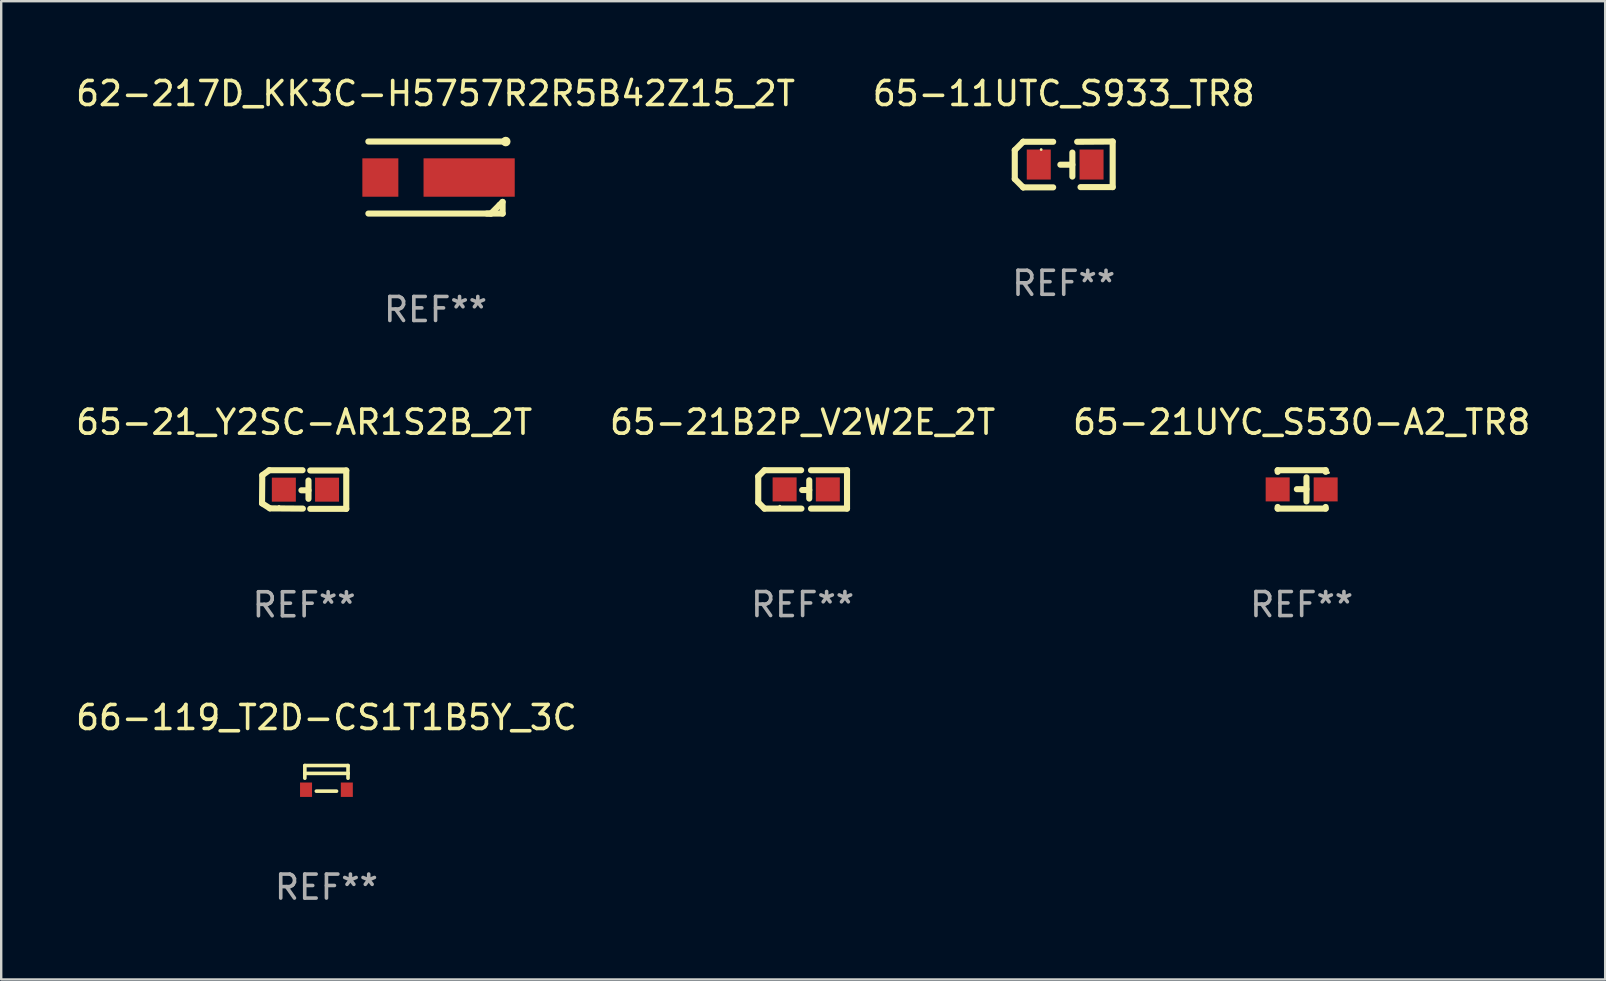
<source format=kicad_pcb>
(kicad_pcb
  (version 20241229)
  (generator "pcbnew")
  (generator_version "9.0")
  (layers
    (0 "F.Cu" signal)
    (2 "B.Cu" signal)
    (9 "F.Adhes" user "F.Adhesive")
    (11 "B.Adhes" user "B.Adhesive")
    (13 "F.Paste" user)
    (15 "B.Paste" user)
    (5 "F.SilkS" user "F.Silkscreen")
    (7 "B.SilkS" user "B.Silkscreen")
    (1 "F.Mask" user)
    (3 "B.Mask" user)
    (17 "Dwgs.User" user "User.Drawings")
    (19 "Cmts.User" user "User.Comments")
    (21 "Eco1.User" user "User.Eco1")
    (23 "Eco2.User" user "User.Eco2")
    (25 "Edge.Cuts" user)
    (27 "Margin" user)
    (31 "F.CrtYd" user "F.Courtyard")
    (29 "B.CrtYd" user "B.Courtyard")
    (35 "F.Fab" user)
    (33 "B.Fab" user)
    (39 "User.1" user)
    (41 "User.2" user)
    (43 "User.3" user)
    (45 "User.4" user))
  (footprint "62-217D_KK3C-H5757R2R5B42Z15_2T"
    (layer "F.Cu")
    (at 15.101 4.349)
    (property "Reference" "62-217D_KK3C-H5757R2R5B42Z15_2T" (at 0 -3.501 0) (layer "F.SilkS") (effects (font (size 1 1) (thickness 0.15))))
    (attr through_hole)
    (fp_line (start -2.8 -1.501) (end 2.8 -1.501) (stroke (width 0.254) (type solid)) (layer "F.SilkS"))
    (fp_line (start -2.799 1.501) (end 2.799 1.501) (stroke (width 0.254) (type solid)) (layer "F.SilkS"))
    (fp_line (start 2.14 1.501) (end 2.309 1.501) (stroke (width 0.254) (type solid)) (layer "F.SilkS"))
    (fp_line (start 2.309 1.501) (end 2.667 1.142) (stroke (width 0.254) (type solid)) (layer "F.SilkS"))
    (fp_line (start 2.667 1.142) (end 2.794 1.015) (stroke (width 0.254) (type solid)) (layer "F.SilkS"))
    (fp_line (start 2.794 1.015) (end 2.794 1.501) (stroke (width 0.254) (type solid)) (layer "F.SilkS"))
    (fp_circle (center 2.925 -1.5) (end 3.025 -1.5) (stroke (width 0.2) (type solid)) (fill no) (layer "F.SilkS"))
    (fp_text user "REF**" (at 0 5.501 0) (layer "F.Fab") (effects (font (size 1 1) (thickness 0.15))))
    (pad "1" smd rect (at 1.4 -0.000457 90) (size 1.6 3.8) (layers "F.Cu" "F.Mask" "F.Paste"))
    (pad "2" smd rect (at -2.3 -0.000457 90) (size 1.6 1.5) (layers "F.Cu" "F.Mask" "F.Paste")))
  (footprint "65-21B2P_V2W2E_2T"
    (layer "F.Cu")
    (at 30.399 17.346)
    (property "Reference" "65-21B2P_V2W2E_2T" (at 0 -2.8 0) (layer "F.SilkS") (effects (font (size 1 1) (thickness 0.15))))
    (attr through_hole)
    (fp_line (start -1.85 -0.541) (end -1.85 0.541) (stroke (width 0.254) (type solid)) (layer "F.SilkS"))
    (fp_line (start -1.85 0.541) (end -1.591 0.8) (stroke (width 0.254) (type solid)) (layer "F.SilkS"))
    (fp_line (start -1.591 -0.8) (end -1.85 -0.541) (stroke (width 0.254) (type solid)) (layer "F.SilkS"))
    (fp_line (start -1.591 0.8) (end -0.05 0.8) (stroke (width 0.254) (type solid)) (layer "F.SilkS"))
    (fp_line (start -0.062 -0.8) (end -1.591 -0.8) (stroke (width 0.254) (type solid)) (layer "F.SilkS"))
    (fp_line (start 0.276 -0.381) (end 0.276 0.381) (stroke (width 0.254) (type solid)) (layer "F.SilkS"))
    (fp_line (start 0.276 0.026) (end -0.019 0.026) (stroke (width 0.254) (type solid)) (layer "F.SilkS"))
    (fp_line (start 0.349 -0.8) (end 1.85 -0.8) (stroke (width 0.254) (type solid)) (layer "F.SilkS"))
    (fp_line (start 1.85 -0.8) (end 1.85 0.8) (stroke (width 0.254) (type solid)) (layer "F.SilkS"))
    (fp_line (start 1.85 0.8) (end 0.349 0.8) (stroke (width 0.254) (type solid)) (layer "F.SilkS"))
    (fp_circle (center -0.951 0.7) (end -0.921 0.7) (stroke (width 0.06) (type solid)) (fill no) (layer "F.SilkS"))
    (fp_text user "REF**" (at 0 4.8 0) (layer "F.Fab") (effects (font (size 1 1) (thickness 0.15))))
    (pad "1" smd rect (at -0.751 0) (size 1 1) (layers "F.Cu" "F.Mask" "F.Paste"))
    (pad "2" smd rect (at 1.05 0) (size 1 1) (layers "F.Cu" "F.Mask" "F.Paste")))
  (footprint "66-119_T2D-CS1T1B5Y_3C"
    (layer "F.Cu")
    (at 10.554 29.387)
    (property "Reference" "66-119_T2D-CS1T1B5Y_3C" (at 0 -2.534 0) (layer "F.SilkS") (effects (font (size 1 1) (thickness 0.15))))
    (attr through_hole)
    (fp_line (start -0.9 -0.534) (end -0.9 -0.206) (stroke (width 0.15) (type solid)) (layer "F.SilkS"))
    (fp_line (start -0.9 -0.206) (end -0.9 -0.005) (stroke (width 0.15) (type solid)) (layer "F.SilkS"))
    (fp_line (start -0.421 0.534) (end 0.421 0.534) (stroke (width 0.15) (type solid)) (layer "F.SilkS"))
    (fp_line (start 0.9 -0.534) (end -0.9 -0.534) (stroke (width 0.15) (type solid)) (layer "F.SilkS"))
    (fp_line (start 0.9 -0.534) (end 0.9 -0.206) (stroke (width 0.15) (type solid)) (layer "F.SilkS"))
    (fp_line (start 0.9 -0.206) (end -0.9 -0.206) (stroke (width 0.15) (type solid)) (layer "F.SilkS"))
    (fp_line (start 0.9 -0.206) (end 0.9 -0.005) (stroke (width 0.15) (type solid)) (layer "F.SilkS"))
    (fp_circle (center 0.9 -0.476) (end 0.93 -0.476) (stroke (width 0.06) (type solid)) (fill no) (layer "F.SilkS"))
    (fp_text user "REF**" (at 0 4.534 0) (layer "F.Fab") (effects (font (size 1 1) (thickness 0.15))))
    (pad "1" smd rect (at 0.85 0.474) (size 0.5 0.6) (layers "F.Cu" "F.Mask" "F.Paste"))
    (pad "2" smd rect (at -0.85 0.474) (size 0.5 0.6) (layers "F.Cu" "F.Mask" "F.Paste")))
  (footprint "65-11UTC_S933_TR8"
    (layer "F.Cu")
    (at 41.28 3.803)
    (property "Reference" "65-11UTC_S933_TR8" (at 0 -2.955 0) (layer "F.SilkS") (effects (font (size 1 1) (thickness 0.15))))
    (attr through_hole)
    (fp_line (start -2.04 -0.595) (end -2.04 0.605) (stroke (width 0.254) (type solid)) (layer "F.SilkS"))
    (fp_line (start -1.69 -0.945) (end -1.69 -0.945) (stroke (width 0.254) (type solid)) (layer "F.SilkS"))
    (fp_line (start -1.69 -0.945) (end -2.04 -0.595) (stroke (width 0.254) (type solid)) (layer "F.SilkS"))
    (fp_line (start -1.69 0.955) (end -2.04 0.605) (stroke (width 0.254) (type solid)) (layer "F.SilkS"))
    (fp_line (start -1.69 0.955) (end -1.69 0.955) (stroke (width 0.254) (type solid)) (layer "F.SilkS"))
    (fp_line (start -0.44 -0.945) (end -1.69 -0.945) (stroke (width 0.254) (type solid)) (layer "F.SilkS"))
    (fp_line (start -0.44 0.955) (end -1.69 0.955) (stroke (width 0.254) (type solid)) (layer "F.SilkS"))
    (fp_line (start 0.36 -0.495) (end 0.36 0.505) (stroke (width 0.254) (type solid)) (layer "F.SilkS"))
    (fp_line (start 0.36 0.01) (end -0.14 0.01) (stroke (width 0.254) (type solid)) (layer "F.SilkS"))
    (fp_line (start 0.56 -0.945) (end 2.04 -0.955) (stroke (width 0.254) (type solid)) (layer "F.SilkS"))
    (fp_line (start 0.7 0.945) (end 2.04 0.945) (stroke (width 0.254) (type solid)) (layer "F.SilkS"))
    (fp_line (start 2.04 -0.955) (end 2.04 0.945) (stroke (width 0.254) (type solid)) (layer "F.SilkS"))
    (fp_circle (center -0.94 -0.62) (end -0.91 -0.62) (stroke (width 0.06) (type solid)) (fill no) (layer "F.SilkS"))
    (fp_text user "REF**" (at 0 4.955 0) (layer "F.Fab") (effects (font (size 1 1) (thickness 0.15))))
    (pad "1" smd rect (at -1.04 0.005 180) (size 1 1.25) (layers "F.Cu" "F.Mask" "F.Paste"))
    (pad "2" smd rect (at 1.16 0.005 180) (size 1 1.25) (layers "F.Cu" "F.Mask" "F.Paste")))
  (footprint "65-21_Y2SC-AR1S2B_2T"
    (layer "F.Cu")
    (at 9.625 17.351)
    (property "Reference" "65-21_Y2SC-AR1S2B_2T" (at 0 -2.805 0) (layer "F.SilkS") (effects (font (size 1 1) (thickness 0.15))))
    (attr through_hole)
    (fp_line (start -1.755 0.575) (end -1.425 0.785) (stroke (width 0.254) (type solid)) (layer "F.SilkS"))
    (fp_line (start -1.745 -0.595) (end -1.755 0.575) (stroke (width 0.254) (type solid)) (layer "F.SilkS"))
    (fp_line (start -1.455 -0.805) (end -1.745 -0.595) (stroke (width 0.254) (type solid)) (layer "F.SilkS"))
    (fp_line (start -1.425 0.785) (end -0.053 0.795) (stroke (width 0.254) (type solid)) (layer "F.SilkS"))
    (fp_line (start -0.066 -0.805) (end -1.455 -0.805) (stroke (width 0.254) (type solid)) (layer "F.SilkS"))
    (fp_line (start 0.181 -0.376) (end 0.181 0.386) (stroke (width 0.254) (type solid)) (layer "F.SilkS"))
    (fp_line (start 0.181 0.032) (end -0.114 0.032) (stroke (width 0.254) (type solid)) (layer "F.SilkS"))
    (fp_line (start 0.254 -0.795) (end 1.755 -0.795) (stroke (width 0.254) (type solid)) (layer "F.SilkS"))
    (fp_line (start 1.755 -0.795) (end 1.755 0.805) (stroke (width 0.254) (type solid)) (layer "F.SilkS"))
    (fp_line (start 1.755 0.805) (end 0.254 0.805) (stroke (width 0.254) (type solid)) (layer "F.SilkS"))
    (fp_circle (center -1.045 0.705) (end -1.015 0.705) (stroke (width 0.06) (type solid)) (fill no) (layer "F.SilkS"))
    (fp_text user "REF**" (at 0 4.805 0) (layer "F.Fab") (effects (font (size 1 1) (thickness 0.15))))
    (pad "1" smd rect (at -0.846 0.005) (size 1 1) (layers "F.Cu" "F.Mask" "F.Paste"))
    (pad "2" smd rect (at 0.955 0.005) (size 1 1) (layers "F.Cu" "F.Mask" "F.Paste")))
  (footprint "65-21UYC_S530-A2_TR8"
    (layer "F.Cu")
    (at 51.196 17.346)
    (property "Reference" "65-21UYC_S530-A2_TR8" (at 0 -2.8 0) (layer "F.SilkS") (effects (font (size 1 1) (thickness 0.15))))
    (attr through_hole)
    (fp_line (start -1 -0.8) (end -1 -0.731) (stroke (width 0.254) (type solid)) (layer "F.SilkS"))
    (fp_line (start -1 -0.8) (end 1 -0.8) (stroke (width 0.254) (type solid)) (layer "F.SilkS"))
    (fp_line (start -1 0.731) (end -1 0.8) (stroke (width 0.254) (type solid)) (layer "F.SilkS"))
    (fp_line (start 0.2 -0.5) (end 0.2 0.5) (stroke (width 0.254) (type solid)) (layer "F.SilkS"))
    (fp_line (start 0.2 -0.01) (end -0.2 -0.01) (stroke (width 0.254) (type solid)) (layer "F.SilkS"))
    (fp_line (start 1 -0.8) (end 1 -0.731) (stroke (width 0.254) (type solid)) (layer "F.SilkS"))
    (fp_line (start 1 0.731) (end 1 0.8) (stroke (width 0.254) (type solid)) (layer "F.SilkS"))
    (fp_line (start 1 0.8) (end -1 0.8) (stroke (width 0.254) (type solid)) (layer "F.SilkS"))
    (fp_circle (center 1.12 -0.7) (end 1.15 -0.7) (stroke (width 0.06) (type solid)) (fill no) (layer "F.SilkS"))
    (fp_text user "REF**" (at 0 4.8 0) (layer "F.Fab") (effects (font (size 1 1) (thickness 0.15))))
    (pad "1" smd rect (at 1 0) (size 1 1) (layers "F.Cu" "F.Mask" "F.Paste"))
    (pad "2" smd rect (at -1 0) (size 1 1) (layers "F.Cu" "F.Mask" "F.Paste")))
  (gr_rect
    (start -3 -3)
    (end 63.845 37.769)
    (stroke (width 0.1) (type default))
    (fill no)
    (layer "Edge.Cuts")))
</source>
